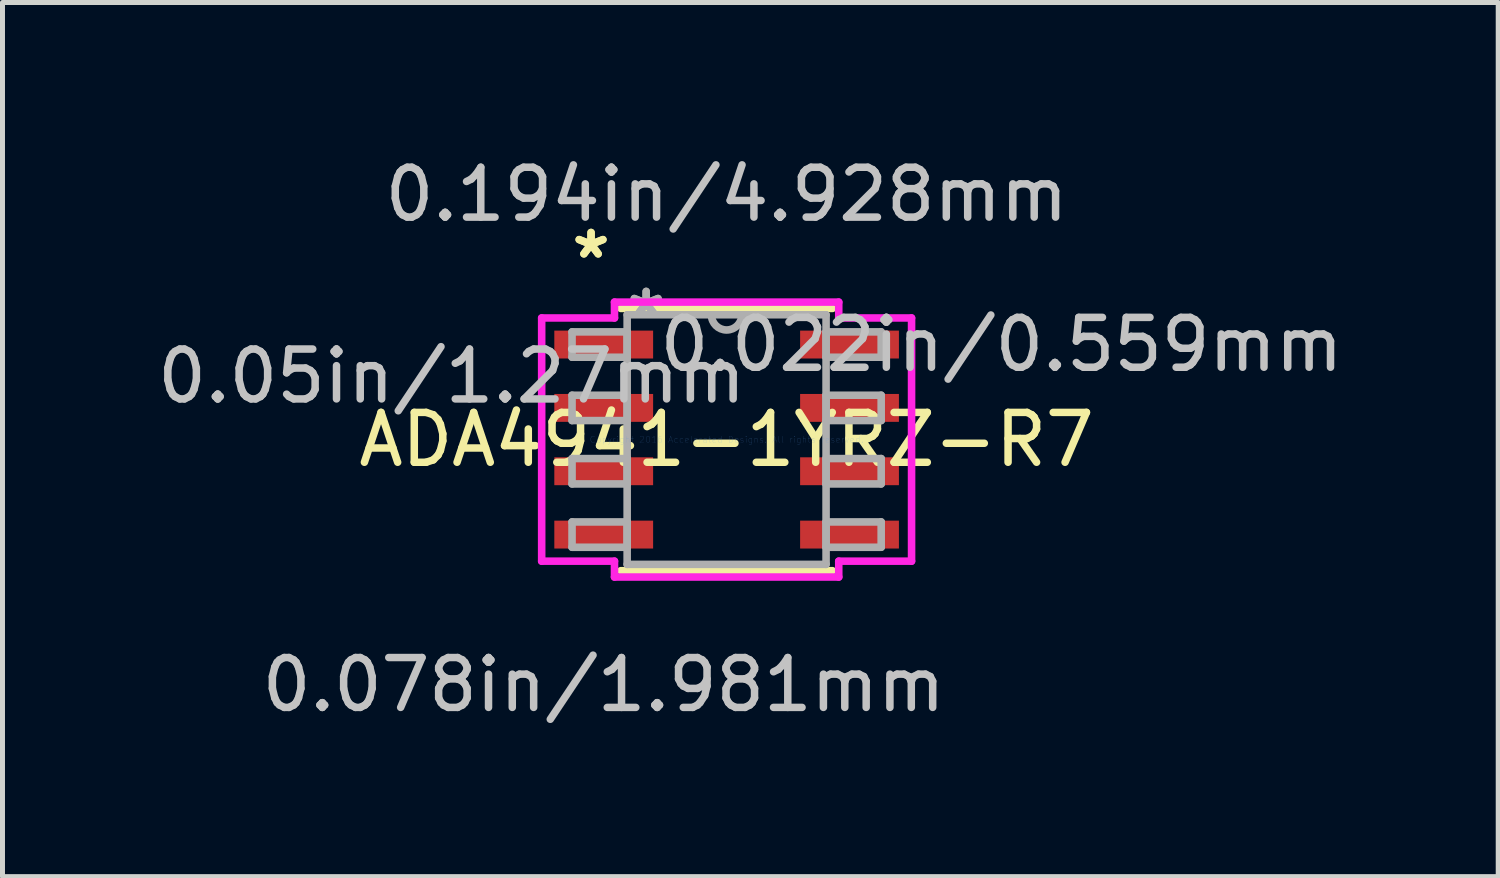
<source format=kicad_pcb>
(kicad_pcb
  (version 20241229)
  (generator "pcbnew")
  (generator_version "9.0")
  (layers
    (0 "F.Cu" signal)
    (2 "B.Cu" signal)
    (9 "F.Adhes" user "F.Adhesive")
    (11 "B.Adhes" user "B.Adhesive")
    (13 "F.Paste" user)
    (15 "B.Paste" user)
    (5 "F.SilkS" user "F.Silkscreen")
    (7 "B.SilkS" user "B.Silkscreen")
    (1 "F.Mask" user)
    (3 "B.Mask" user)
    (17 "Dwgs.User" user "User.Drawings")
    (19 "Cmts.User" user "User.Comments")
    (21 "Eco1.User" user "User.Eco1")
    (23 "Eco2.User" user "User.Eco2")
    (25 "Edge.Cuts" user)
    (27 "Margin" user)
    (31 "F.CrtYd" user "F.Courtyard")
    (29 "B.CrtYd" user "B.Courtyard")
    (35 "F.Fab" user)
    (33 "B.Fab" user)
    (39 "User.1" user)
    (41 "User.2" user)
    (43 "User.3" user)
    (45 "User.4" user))
  (footprint "ADA4941-1YRZ-R7"
    (layer "F.Cu")
    (at 11.518 5.763)
    (property "Reference" "ADA4941-1YRZ-R7" (at 0 0 0) (layer "F.SilkS") (effects (font (size 1 1) (thickness 0.15))))
    (attr through_hole)
    (fp_line (start -2.121 2.629) (end 2.121 2.629) (stroke (width 0.152) (type solid)) (layer "F.SilkS"))
    (fp_line (start 2.121 -2.629) (end -2.121 -2.629) (stroke (width 0.152) (type solid)) (layer "F.SilkS"))
    (fp_line (start -3.708 -2.438) (end -2.248 -2.438) (stroke (width 0.152) (type solid)) (layer "F.CrtYd"))
    (fp_line (start -3.708 2.438) (end -3.708 -2.438) (stroke (width 0.152) (type solid)) (layer "F.CrtYd"))
    (fp_line (start -2.248 -2.756) (end 2.248 -2.756) (stroke (width 0.152) (type solid)) (layer "F.CrtYd"))
    (fp_line (start -2.248 -2.438) (end -2.248 -2.756) (stroke (width 0.152) (type solid)) (layer "F.CrtYd"))
    (fp_line (start -2.248 2.438) (end -3.708 2.438) (stroke (width 0.152) (type solid)) (layer "F.CrtYd"))
    (fp_line (start -2.248 2.756) (end -2.248 2.438) (stroke (width 0.152) (type solid)) (layer "F.CrtYd"))
    (fp_line (start 2.248 -2.756) (end 2.248 -2.438) (stroke (width 0.152) (type solid)) (layer "F.CrtYd"))
    (fp_line (start 2.248 -2.438) (end 3.708 -2.438) (stroke (width 0.152) (type solid)) (layer "F.CrtYd"))
    (fp_line (start 2.248 2.438) (end 2.248 2.756) (stroke (width 0.152) (type solid)) (layer "F.CrtYd"))
    (fp_line (start 2.248 2.756) (end -2.248 2.756) (stroke (width 0.152) (type solid)) (layer "F.CrtYd"))
    (fp_line (start 3.708 -2.438) (end 3.708 2.438) (stroke (width 0.152) (type solid)) (layer "F.CrtYd"))
    (fp_line (start 3.708 2.438) (end 2.248 2.438) (stroke (width 0.152) (type solid)) (layer "F.CrtYd"))
    (fp_line (start -3.099 -2.159) (end -3.099 -1.651) (stroke (width 0.152) (type solid)) (layer "F.Fab"))
    (fp_line (start -3.099 -1.651) (end -1.994 -1.651) (stroke (width 0.152) (type solid)) (layer "F.Fab"))
    (fp_line (start -3.099 -0.889) (end -3.099 -0.381) (stroke (width 0.152) (type solid)) (layer "F.Fab"))
    (fp_line (start -3.099 -0.381) (end -1.994 -0.381) (stroke (width 0.152) (type solid)) (layer "F.Fab"))
    (fp_line (start -3.099 0.381) (end -3.099 0.889) (stroke (width 0.152) (type solid)) (layer "F.Fab"))
    (fp_line (start -3.099 0.889) (end -1.994 0.889) (stroke (width 0.152) (type solid)) (layer "F.Fab"))
    (fp_line (start -3.099 1.651) (end -3.099 2.159) (stroke (width 0.152) (type solid)) (layer "F.Fab"))
    (fp_line (start -3.099 2.159) (end -1.994 2.159) (stroke (width 0.152) (type solid)) (layer "F.Fab"))
    (fp_line (start -1.994 -2.502) (end -1.994 2.502) (stroke (width 0.152) (type solid)) (layer "F.Fab"))
    (fp_line (start -1.994 -2.159) (end -3.099 -2.159) (stroke (width 0.152) (type solid)) (layer "F.Fab"))
    (fp_line (start -1.994 -1.651) (end -1.994 -2.159) (stroke (width 0.152) (type solid)) (layer "F.Fab"))
    (fp_line (start -1.994 -0.889) (end -3.099 -0.889) (stroke (width 0.152) (type solid)) (layer "F.Fab"))
    (fp_line (start -1.994 -0.381) (end -1.994 -0.889) (stroke (width 0.152) (type solid)) (layer "F.Fab"))
    (fp_line (start -1.994 0.381) (end -3.099 0.381) (stroke (width 0.152) (type solid)) (layer "F.Fab"))
    (fp_line (start -1.994 0.889) (end -1.994 0.381) (stroke (width 0.152) (type solid)) (layer "F.Fab"))
    (fp_line (start -1.994 1.651) (end -3.099 1.651) (stroke (width 0.152) (type solid)) (layer "F.Fab"))
    (fp_line (start -1.994 2.159) (end -1.994 1.651) (stroke (width 0.152) (type solid)) (layer "F.Fab"))
    (fp_line (start -1.994 2.502) (end 1.994 2.502) (stroke (width 0.152) (type solid)) (layer "F.Fab"))
    (fp_line (start 1.994 -2.502) (end -1.994 -2.502) (stroke (width 0.152) (type solid)) (layer "F.Fab"))
    (fp_line (start 1.994 -2.159) (end 1.994 -1.651) (stroke (width 0.152) (type solid)) (layer "F.Fab"))
    (fp_line (start 1.994 -1.651) (end 3.099 -1.651) (stroke (width 0.152) (type solid)) (layer "F.Fab"))
    (fp_line (start 1.994 -0.889) (end 1.994 -0.381) (stroke (width 0.152) (type solid)) (layer "F.Fab"))
    (fp_line (start 1.994 -0.381) (end 3.099 -0.381) (stroke (width 0.152) (type solid)) (layer "F.Fab"))
    (fp_line (start 1.994 0.381) (end 1.994 0.889) (stroke (width 0.152) (type solid)) (layer "F.Fab"))
    (fp_line (start 1.994 0.889) (end 3.099 0.889) (stroke (width 0.152) (type solid)) (layer "F.Fab"))
    (fp_line (start 1.994 1.651) (end 1.994 2.159) (stroke (width 0.152) (type solid)) (layer "F.Fab"))
    (fp_line (start 1.994 2.159) (end 3.099 2.159) (stroke (width 0.152) (type solid)) (layer "F.Fab"))
    (fp_line (start 1.994 2.502) (end 1.994 -2.502) (stroke (width 0.152) (type solid)) (layer "F.Fab"))
    (fp_line (start 3.099 -2.159) (end 1.994 -2.159) (stroke (width 0.152) (type solid)) (layer "F.Fab"))
    (fp_line (start 3.099 -1.651) (end 3.099 -2.159) (stroke (width 0.152) (type solid)) (layer "F.Fab"))
    (fp_line (start 3.099 -0.889) (end 1.994 -0.889) (stroke (width 0.152) (type solid)) (layer "F.Fab"))
    (fp_line (start 3.099 -0.381) (end 3.099 -0.889) (stroke (width 0.152) (type solid)) (layer "F.Fab"))
    (fp_line (start 3.099 0.381) (end 1.994 0.381) (stroke (width 0.152) (type solid)) (layer "F.Fab"))
    (fp_line (start 3.099 0.889) (end 3.099 0.381) (stroke (width 0.152) (type solid)) (layer "F.Fab"))
    (fp_line (start 3.099 1.651) (end 1.994 1.651) (stroke (width 0.152) (type solid)) (layer "F.Fab"))
    (fp_line (start 3.099 2.159) (end 3.099 1.651) (stroke (width 0.152) (type solid)) (layer "F.Fab"))
    (fp_arc (start 0.3048 -2.5019) (mid 0 -2.1971) (end -0.3048 -2.5019) (stroke (width 0.1524) (type solid)) (layer "F.Fab"))
    (fp_text user "*" (at -2.718 -3.607 0) (layer "F.SilkS") (effects (font (size 1 1) (thickness 0.15))))
    (fp_text user "*" (at -2.718 -3.607 0) (layer "F.SilkS") (effects (font (size 1 1) (thickness 0.15))))
    (fp_text user "0.05in/1.27mm" (at -5.512 -1.27 0) (layer "Dwgs.User") (effects (font (size 1 1) (thickness 0.15))))
    (fp_text user "0.078in/1.981mm" (at -2.464 4.915 0) (layer "Dwgs.User") (effects (font (size 1 1) (thickness 0.15))))
    (fp_text user "0.194in/4.928mm" (at 0 -4.915 0) (layer "Dwgs.User") (effects (font (size 1 1) (thickness 0.15))))
    (fp_text user "0.022in/0.559mm" (at 5.512 -1.905 0) (layer "Dwgs.User") (effects (font (size 1 1) (thickness 0.15))))
    (fp_text user "Copyright 2016 Accelerated Designs. All rights reserved." (at 0 0 0) (layer "Cmts.User") (effects (font (size 0.127 0.127) (thickness 0.002))))
    (fp_text user "*" (at -1.613 -2.426 0) (layer "F.Fab") (effects (font (size 1 1) (thickness 0.15))))
    (fp_text user "*" (at -1.613 -2.426 0) (layer "F.Fab") (effects (font (size 1 1) (thickness 0.15))))
    (pad "1" smd rect (at -2.464 -1.905) (size 1.981 0.559) (layers "F.Cu" "F.Mask" "F.Paste"))
    (pad "2" smd rect (at -2.464 -0.635) (size 1.981 0.559) (layers "F.Cu" "F.Mask" "F.Paste"))
    (pad "3" smd rect (at -2.464 0.635) (size 1.981 0.559) (layers "F.Cu" "F.Mask" "F.Paste"))
    (pad "4" smd rect (at -2.464 1.905) (size 1.981 0.559) (layers "F.Cu" "F.Mask" "F.Paste"))
    (pad "5" smd rect (at 2.464 1.905) (size 1.981 0.559) (layers "F.Cu" "F.Mask" "F.Paste"))
    (pad "6" smd rect (at 2.464 0.635) (size 1.981 0.559) (layers "F.Cu" "F.Mask" "F.Paste"))
    (pad "7" smd rect (at 2.464 -0.635) (size 1.981 0.559) (layers "F.Cu" "F.Mask" "F.Paste"))
    (pad "8" smd rect (at 2.464 -1.905) (size 1.981 0.559) (layers "F.Cu" "F.Mask" "F.Paste")))
  (gr_rect
    (start -3 -3)
    (end 26.988 14.526)
    (stroke (width 0.1) (type default))
    (fill no)
    (layer "Edge.Cuts")))
</source>
